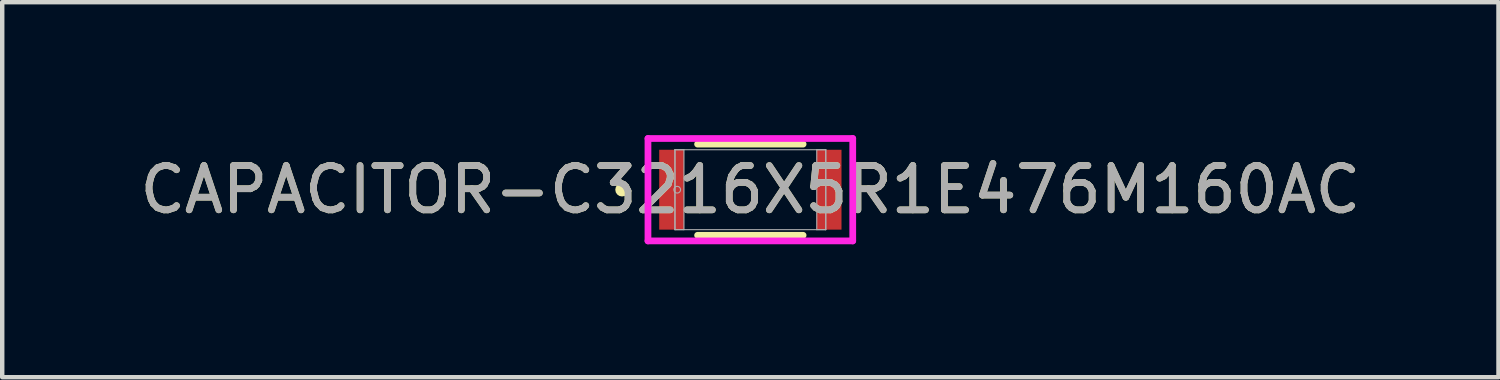
<source format=kicad_pcb>
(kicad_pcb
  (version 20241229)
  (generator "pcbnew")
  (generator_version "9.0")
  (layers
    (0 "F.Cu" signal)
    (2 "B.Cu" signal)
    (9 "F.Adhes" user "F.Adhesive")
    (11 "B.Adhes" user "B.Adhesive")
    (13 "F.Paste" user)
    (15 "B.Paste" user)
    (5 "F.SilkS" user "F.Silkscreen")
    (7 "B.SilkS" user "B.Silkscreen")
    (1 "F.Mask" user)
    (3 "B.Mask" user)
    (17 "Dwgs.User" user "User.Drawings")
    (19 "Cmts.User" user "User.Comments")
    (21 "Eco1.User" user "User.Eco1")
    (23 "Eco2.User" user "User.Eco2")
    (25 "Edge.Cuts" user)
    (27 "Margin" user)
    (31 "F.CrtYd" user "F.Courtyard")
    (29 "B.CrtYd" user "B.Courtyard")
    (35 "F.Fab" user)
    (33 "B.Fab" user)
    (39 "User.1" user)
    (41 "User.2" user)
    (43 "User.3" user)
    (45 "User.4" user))
  (footprint "CAPACITOR-C3216X5R1E476M160AC"
    (layer "F.Cu")
    (at 13.887 1.232)
    (property "Reference" "CAPACITOR-C3216X5R1E476M160AC" (at 0 0 0) (unlocked yes) (layer "F.SilkS") (effects (font (size 1 1) (thickness 0.15))))
    (attr smd)
    (fp_line (start -1.191 1.029) (end 1.191 1.029) (stroke (width 0.152) (type solid)) (layer "F.SilkS"))
    (fp_line (start 1.191 -1.029) (end -1.191 -1.029) (stroke (width 0.152) (type solid)) (layer "F.SilkS"))
    (fp_circle (center -2.896 0) (end -2.819 0) (stroke (width 0.152) (type solid)) (fill no) (layer "F.SilkS"))
    (fp_line (start -2.311 -1.156) (end 2.311 -1.156) (stroke (width 0.152) (type solid)) (layer "F.CrtYd"))
    (fp_line (start -2.311 1.156) (end -2.311 -1.156) (stroke (width 0.152) (type solid)) (layer "F.CrtYd"))
    (fp_line (start 2.311 -1.156) (end 2.311 1.156) (stroke (width 0.152) (type solid)) (layer "F.CrtYd"))
    (fp_line (start 2.311 1.156) (end -2.311 1.156) (stroke (width 0.152) (type solid)) (layer "F.CrtYd"))
    (fp_line (start -1.702 -0.902) (end -1.702 0.902) (stroke (width 0.025) (type solid)) (layer "F.Fab"))
    (fp_line (start -1.702 -0.902) (end -1.702 0.902) (stroke (width 0.025) (type solid)) (layer "F.Fab"))
    (fp_line (start -1.702 0.902) (end -1.499 0.902) (stroke (width 0.025) (type solid)) (layer "F.Fab"))
    (fp_line (start -1.702 0.902) (end 1.702 0.902) (stroke (width 0.025) (type solid)) (layer "F.Fab"))
    (fp_line (start -1.499 -0.902) (end -1.702 -0.902) (stroke (width 0.025) (type solid)) (layer "F.Fab"))
    (fp_line (start -1.499 0.902) (end -1.499 -0.902) (stroke (width 0.025) (type solid)) (layer "F.Fab"))
    (fp_line (start 1.499 -0.902) (end 1.499 0.902) (stroke (width 0.025) (type solid)) (layer "F.Fab"))
    (fp_line (start 1.499 0.902) (end 1.702 0.902) (stroke (width 0.025) (type solid)) (layer "F.Fab"))
    (fp_line (start 1.702 -0.902) (end -1.702 -0.902) (stroke (width 0.025) (type solid)) (layer "F.Fab"))
    (fp_line (start 1.702 -0.902) (end 1.499 -0.902) (stroke (width 0.025) (type solid)) (layer "F.Fab"))
    (fp_line (start 1.702 0.902) (end 1.702 -0.902) (stroke (width 0.025) (type solid)) (layer "F.Fab"))
    (fp_line (start 1.702 0.902) (end 1.702 -0.902) (stroke (width 0.025) (type solid)) (layer "F.Fab"))
    (fp_circle (center -1.651 0) (end -1.575 0) (stroke (width 0.025) (type solid)) (fill no) (layer "F.Fab"))
    (fp_text user "${REFERENCE}" (at 0 0 0) (unlocked yes) (layer "F.Fab") (effects (font (size 1 1) (thickness 0.15))))
    (pad "1" smd rect (at -1.778 0) (size 0.559 1.803) (layers "F.Cu" "F.Mask" "F.Paste"))
    (pad "2" smd rect (at 1.778 0) (size 0.559 1.803) (layers "F.Cu" "F.Mask" "F.Paste"))
    (zone (net_name "") (layer "F.Cu") (hatch full 0.508) (connect_pads) (min_thickness 0.254) (filled_areas_thickness no) (keepout (tracks not_allowed) (vias not_allowed) (pads allowed) (copperpour not_allowed) (footprints allowed)) (placement (enabled no)) (fill) (polygon (pts (xy 12.439 0.381) (xy 15.335 0.381) (xy 15.335 2.083) (xy 12.439 2.083)))))
  (gr_rect
    (start -3 -3)
    (end 30.774 5.464)
    (stroke (width 0.1) (type default))
    (fill no)
    (layer "Edge.Cuts")))
</source>
